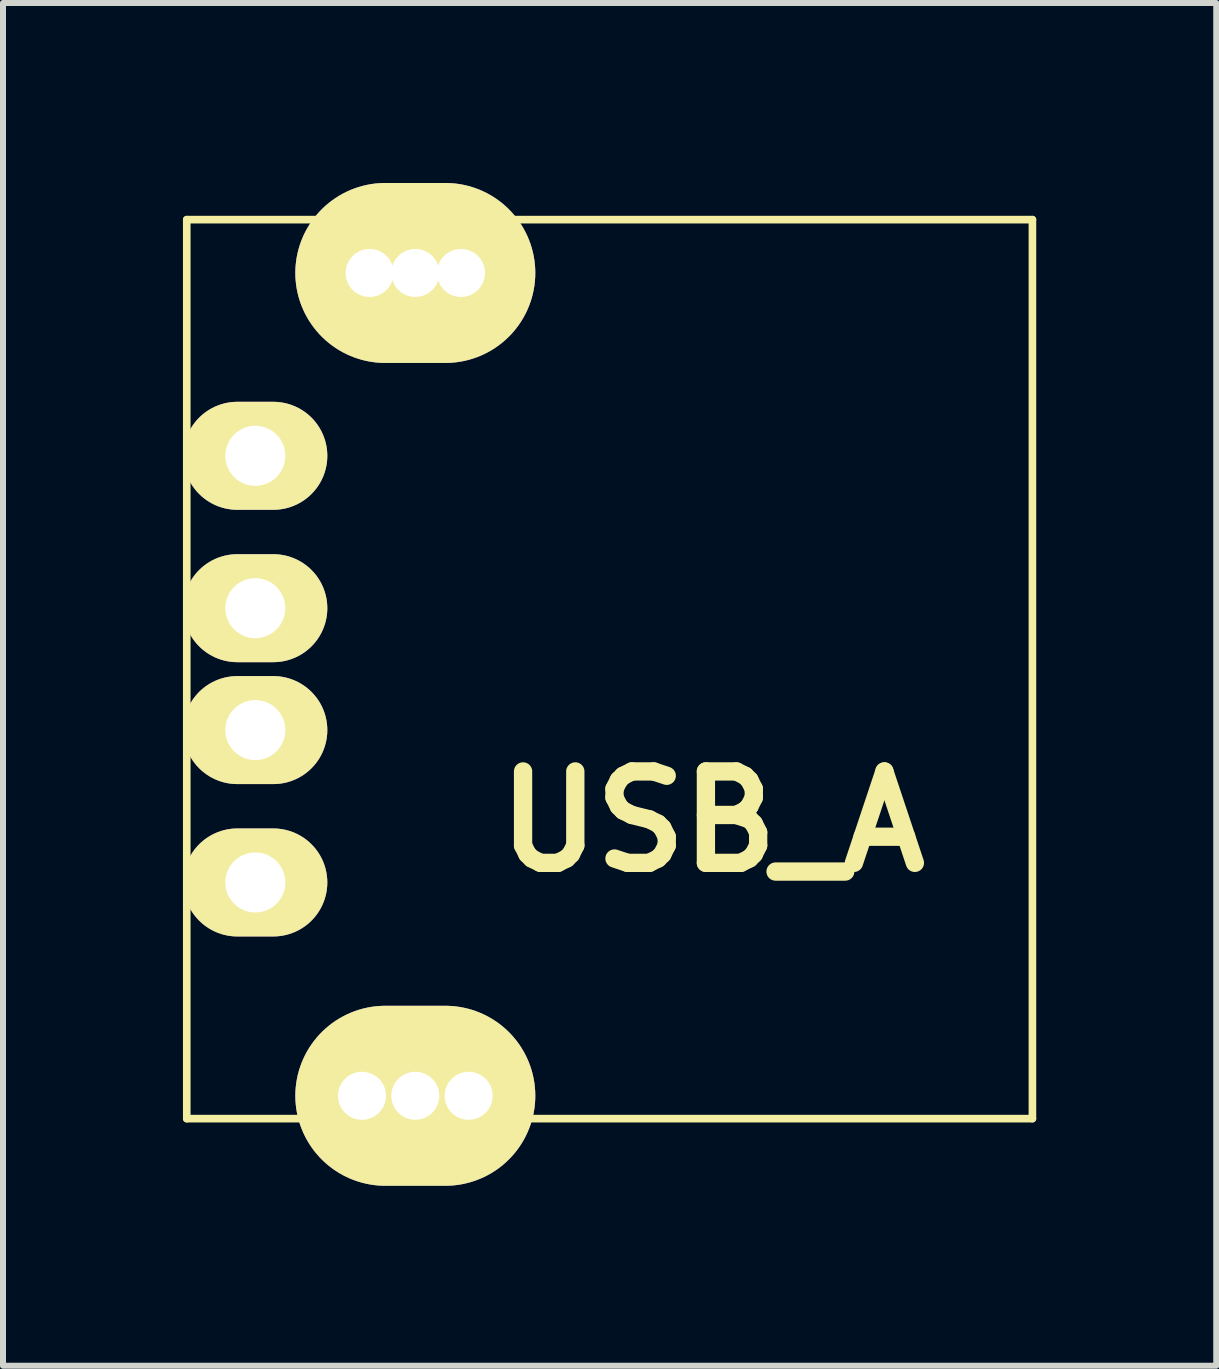
<source format=kicad_pcb>
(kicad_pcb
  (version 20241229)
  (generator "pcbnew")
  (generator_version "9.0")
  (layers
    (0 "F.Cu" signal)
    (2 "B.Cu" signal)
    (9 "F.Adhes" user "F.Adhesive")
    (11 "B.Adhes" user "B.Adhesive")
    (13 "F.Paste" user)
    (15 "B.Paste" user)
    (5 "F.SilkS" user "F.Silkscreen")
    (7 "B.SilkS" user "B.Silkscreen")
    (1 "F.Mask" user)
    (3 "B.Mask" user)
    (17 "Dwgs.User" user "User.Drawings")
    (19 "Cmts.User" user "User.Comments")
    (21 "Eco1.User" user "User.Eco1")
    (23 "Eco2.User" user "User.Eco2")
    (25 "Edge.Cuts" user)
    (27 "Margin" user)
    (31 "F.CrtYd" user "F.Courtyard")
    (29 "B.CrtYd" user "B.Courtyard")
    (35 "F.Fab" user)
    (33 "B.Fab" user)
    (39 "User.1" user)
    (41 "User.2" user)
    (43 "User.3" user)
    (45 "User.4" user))
  (footprint "USB_A"
    (layer "F.Cu")
    (at 1.206 8.104)
    (property "Reference" "USB_A" (at 7.62 2.54 0) (layer "F.SilkS") (effects (font (size 1.524 1.524) (thickness 0.305))))
    (attr through_hole)
    (fp_line (start -1.143 -7.493) (end -1.143 7.493) (stroke (width 0.127) (type solid)) (layer "F.SilkS"))
    (fp_line (start -1.143 -7.493) (end 12.954 -7.493) (stroke (width 0.127) (type solid)) (layer "F.SilkS"))
    (fp_line (start 12.954 -7.493) (end 12.954 7.493) (stroke (width 0.127) (type solid)) (layer "F.SilkS"))
    (fp_line (start 12.954 7.493) (end -1.143 7.493) (stroke (width 0.127) (type solid)) (layer "F.SilkS"))
    (pad "" np_thru_hole circle (at 1.778 7.112) (size 0.8 0.8) (drill 0.8) (layers "*.Cu" "*.Mask" "F.SilkS"))
    (pad "" np_thru_hole circle (at 1.905 -6.604) (size 0.8 0.8) (drill 0.8) (layers "*.Cu" "*.Mask" "F.SilkS"))
    (pad "" np_thru_hole circle (at 3.429 -6.604) (size 0.8 0.8) (drill 0.8) (layers "*.Cu" "*.Mask" "F.SilkS"))
    (pad "" np_thru_hole circle (at 3.556 7.112) (size 0.8 0.8) (drill 0.8) (layers "*.Cu" "*.Mask" "F.SilkS"))
    (pad "1" thru_hole oval (at 0 3.556) (size 2.4 1.8) (drill 1.001) (layers "*.Cu" "*.Mask" "F.SilkS"))
    (pad "2" thru_hole oval (at 0 1.016) (size 2.4 1.8) (drill 1.001) (layers "*.Cu" "*.Mask" "F.SilkS"))
    (pad "3" thru_hole oval (at 0 -1.016) (size 2.4 1.8) (drill 1.001) (layers "*.Cu" "*.Mask" "F.SilkS"))
    (pad "4" thru_hole oval (at 0 -3.556) (size 2.4 1.8) (drill 1.001) (layers "*.Cu" "*.Mask" "F.SilkS"))
    (pad "5" thru_hole oval (at 2.667 -6.604) (size 4 3) (drill 0.8) (layers "*.Cu" "*.Mask" "F.SilkS"))
    (pad "6" thru_hole oval (at 2.667 7.112) (size 4 3) (drill 0.8) (layers "*.Cu" "*.Mask" "F.SilkS")))
  (gr_rect
    (start -3 -3)
    (end 17.224 19.716)
    (stroke (width 0.1) (type default))
    (fill no)
    (layer "Edge.Cuts")))
</source>
